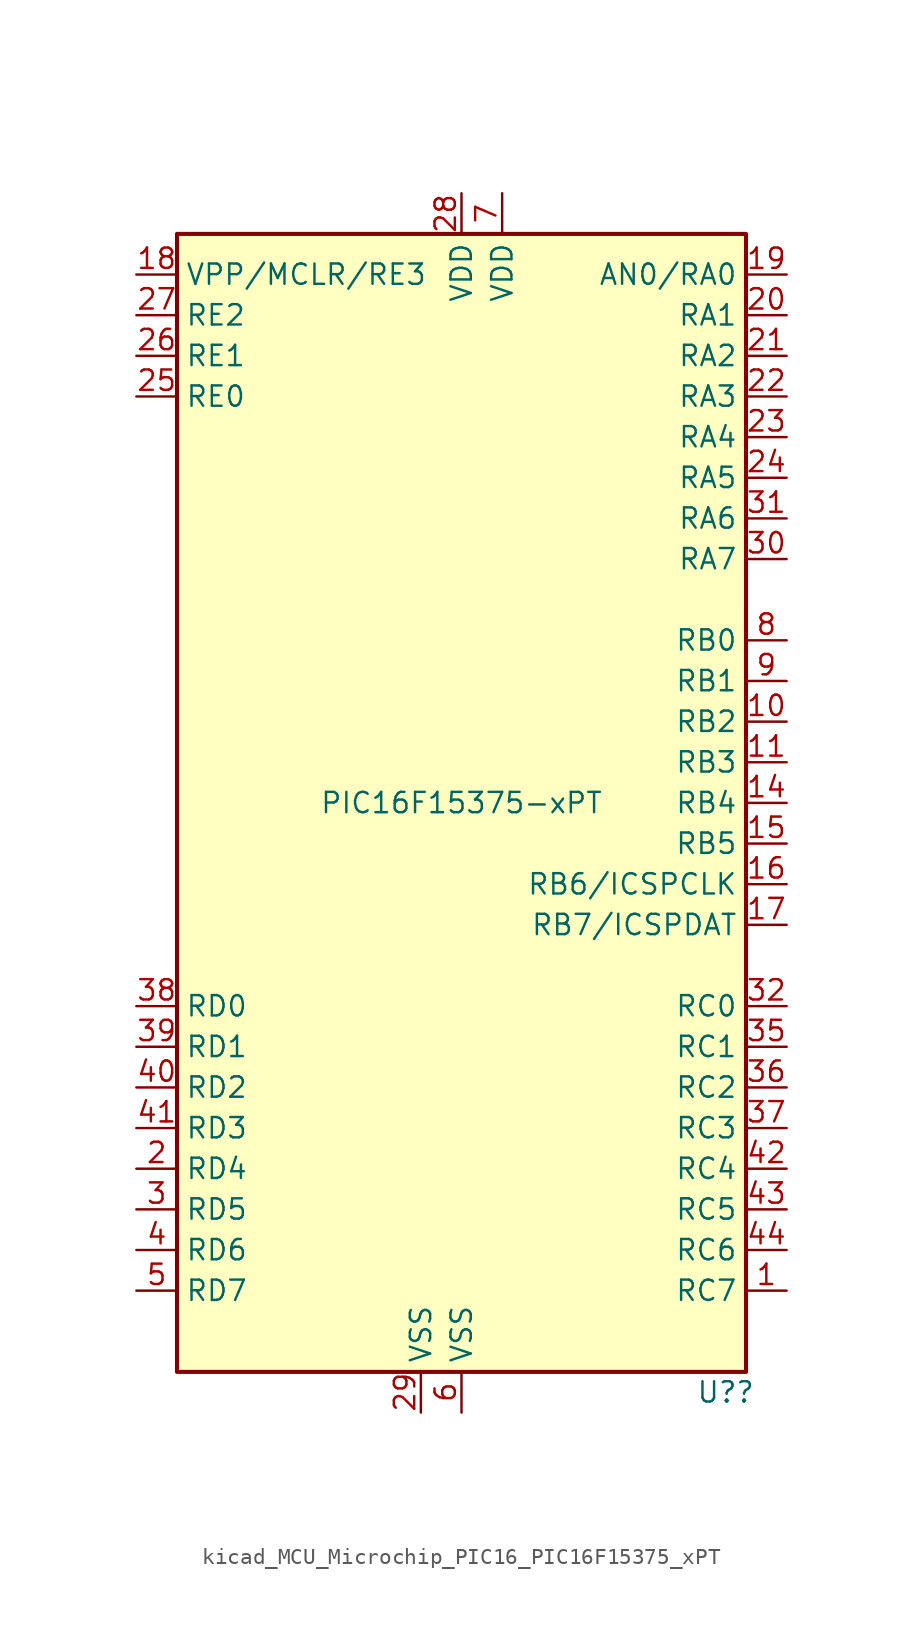
<source format=kicad_sym>
(kicad_symbol_lib
  (version 20220914)
  (generator kicad_symbol_editor)
  (symbol "kicad_MCU_Microchip_PIC16_PIC16F15375_xPT"
    (property "Reference" "U?"
      (at 16.51 -36.83 0)
      (effects (font (size 1.27 1.27))))
    (property "Value" "PIC16F15375-xPT"
      (at 0 0 0)
      (effects (font (size 1.27 1.27))))
    (symbol "kicad_MCU_Microchip_PIC16_PIC16F15375_xPT_0_0"
      (pin no_connect line (at -17.78 5.08 0) (length 2.54) hide (name "NC" (effects (font (size 1.27 1.27)))) (number "12" (effects (font (size 1.27 1.27)))))
      (pin no_connect line (at -17.78 0 0) (length 2.54) hide (name "NC" (effects (font (size 1.27 1.27)))) (number "13" (effects (font (size 1.27 1.27)))))
      (pin no_connect line (at -17.78 2.54 0) (length 2.54) hide (name "NC" (effects (font (size 1.27 1.27)))) (number "33" (effects (font (size 1.27 1.27)))))
      (pin no_connect line (at -17.78 7.62 0) (length 2.54) hide (name "NC" (effects (font (size 1.27 1.27)))) (number "34" (effects (font (size 1.27 1.27))))))
    (symbol "kicad_MCU_Microchip_PIC16_PIC16F15375_xPT_0_1"
      (rectangle (start -17.78 35.56) (end 17.78 -35.56) (stroke (width 0.254) (type default)) (fill (type background))))
    (symbol "kicad_MCU_Microchip_PIC16_PIC16F15375_xPT_1_1"
      (pin bidirectional line (at 20.32 -30.48 180) (length 2.54) (name "RC7" (effects (font (size 1.27 1.27)))) (number "1" (effects (font (size 1.27 1.27)))))
      (pin bidirectional line (at 20.32 5.08 180) (length 2.54) (name "RB2" (effects (font (size 1.27 1.27)))) (number "10" (effects (font (size 1.27 1.27)))))
      (pin bidirectional line (at 20.32 2.54 180) (length 2.54) (name "RB3" (effects (font (size 1.27 1.27)))) (number "11" (effects (font (size 1.27 1.27)))))
      (pin bidirectional line (at 20.32 0 180) (length 2.54) (name "RB4" (effects (font (size 1.27 1.27)))) (number "14" (effects (font (size 1.27 1.27)))))
      (pin bidirectional line (at 20.32 -2.54 180) (length 2.54) (name "RB5" (effects (font (size 1.27 1.27)))) (number "15" (effects (font (size 1.27 1.27)))))
      (pin bidirectional line (at 20.32 -5.08 180) (length 2.54) (name "RB6/ICSPCLK" (effects (font (size 1.27 1.27)))) (number "16" (effects (font (size 1.27 1.27)))))
      (pin bidirectional line (at 20.32 -7.62 180) (length 2.54) (name "RB7/ICSPDAT" (effects (font (size 1.27 1.27)))) (number "17" (effects (font (size 1.27 1.27)))))
      (pin bidirectional line (at -20.32 33.02 0) (length 2.54) (name "VPP/MCLR/RE3" (effects (font (size 1.27 1.27)))) (number "18" (effects (font (size 1.27 1.27)))))
      (pin bidirectional line (at 20.32 33.02 180) (length 2.54) (name "AN0/RA0" (effects (font (size 1.27 1.27)))) (number "19" (effects (font (size 1.27 1.27)))))
      (pin bidirectional line (at -20.32 -22.86 0) (length 2.54) (name "RD4" (effects (font (size 1.27 1.27)))) (number "2" (effects (font (size 1.27 1.27)))))
      (pin bidirectional line (at 20.32 30.48 180) (length 2.54) (name "RA1" (effects (font (size 1.27 1.27)))) (number "20" (effects (font (size 1.27 1.27)))))
      (pin bidirectional line (at 20.32 27.94 180) (length 2.54) (name "RA2" (effects (font (size 1.27 1.27)))) (number "21" (effects (font (size 1.27 1.27)))))
      (pin bidirectional line (at 20.32 25.4 180) (length 2.54) (name "RA3" (effects (font (size 1.27 1.27)))) (number "22" (effects (font (size 1.27 1.27)))))
      (pin bidirectional line (at 20.32 22.86 180) (length 2.54) (name "RA4" (effects (font (size 1.27 1.27)))) (number "23" (effects (font (size 1.27 1.27)))))
      (pin bidirectional line (at 20.32 20.32 180) (length 2.54) (name "RA5" (effects (font (size 1.27 1.27)))) (number "24" (effects (font (size 1.27 1.27)))))
      (pin bidirectional line (at -20.32 25.4 0) (length 2.54) (name "RE0" (effects (font (size 1.27 1.27)))) (number "25" (effects (font (size 1.27 1.27)))))
      (pin bidirectional line (at -20.32 27.94 0) (length 2.54) (name "RE1" (effects (font (size 1.27 1.27)))) (number "26" (effects (font (size 1.27 1.27)))))
      (pin bidirectional line (at -20.32 30.48 0) (length 2.54) (name "RE2" (effects (font (size 1.27 1.27)))) (number "27" (effects (font (size 1.27 1.27)))))
      (pin power_in line (at 0 38.1 270) (length 2.54) (name "VDD" (effects (font (size 1.27 1.27)))) (number "28" (effects (font (size 1.27 1.27)))))
      (pin power_in line (at -2.54 -38.1 90) (length 2.54) (name "VSS" (effects (font (size 1.27 1.27)))) (number "29" (effects (font (size 1.27 1.27)))))
      (pin bidirectional line (at -20.32 -25.4 0) (length 2.54) (name "RD5" (effects (font (size 1.27 1.27)))) (number "3" (effects (font (size 1.27 1.27)))))
      (pin bidirectional line (at 20.32 15.24 180) (length 2.54) (name "RA7" (effects (font (size 1.27 1.27)))) (number "30" (effects (font (size 1.27 1.27)))))
      (pin bidirectional line (at 20.32 17.78 180) (length 2.54) (name "RA6" (effects (font (size 1.27 1.27)))) (number "31" (effects (font (size 1.27 1.27)))))
      (pin bidirectional line (at 20.32 -12.7 180) (length 2.54) (name "RC0" (effects (font (size 1.27 1.27)))) (number "32" (effects (font (size 1.27 1.27)))))
      (pin bidirectional line (at 20.32 -15.24 180) (length 2.54) (name "RC1" (effects (font (size 1.27 1.27)))) (number "35" (effects (font (size 1.27 1.27)))))
      (pin bidirectional line (at 20.32 -17.78 180) (length 2.54) (name "RC2" (effects (font (size 1.27 1.27)))) (number "36" (effects (font (size 1.27 1.27)))))
      (pin bidirectional line (at 20.32 -20.32 180) (length 2.54) (name "RC3" (effects (font (size 1.27 1.27)))) (number "37" (effects (font (size 1.27 1.27)))))
      (pin bidirectional line (at -20.32 -12.7 0) (length 2.54) (name "RD0" (effects (font (size 1.27 1.27)))) (number "38" (effects (font (size 1.27 1.27)))))
      (pin bidirectional line (at -20.32 -15.24 0) (length 2.54) (name "RD1" (effects (font (size 1.27 1.27)))) (number "39" (effects (font (size 1.27 1.27)))))
      (pin bidirectional line (at -20.32 -27.94 0) (length 2.54) (name "RD6" (effects (font (size 1.27 1.27)))) (number "4" (effects (font (size 1.27 1.27)))))
      (pin bidirectional line (at -20.32 -17.78 0) (length 2.54) (name "RD2" (effects (font (size 1.27 1.27)))) (number "40" (effects (font (size 1.27 1.27)))))
      (pin bidirectional line (at -20.32 -20.32 0) (length 2.54) (name "RD3" (effects (font (size 1.27 1.27)))) (number "41" (effects (font (size 1.27 1.27)))))
      (pin bidirectional line (at 20.32 -22.86 180) (length 2.54) (name "RC4" (effects (font (size 1.27 1.27)))) (number "42" (effects (font (size 1.27 1.27)))))
      (pin bidirectional line (at 20.32 -25.4 180) (length 2.54) (name "RC5" (effects (font (size 1.27 1.27)))) (number "43" (effects (font (size 1.27 1.27)))))
      (pin bidirectional line (at 20.32 -27.94 180) (length 2.54) (name "RC6" (effects (font (size 1.27 1.27)))) (number "44" (effects (font (size 1.27 1.27)))))
      (pin bidirectional line (at -20.32 -30.48 0) (length 2.54) (name "RD7" (effects (font (size 1.27 1.27)))) (number "5" (effects (font (size 1.27 1.27)))))
      (pin power_in line (at 0 -38.1 90) (length 2.54) (name "VSS" (effects (font (size 1.27 1.27)))) (number "6" (effects (font (size 1.27 1.27)))))
      (pin power_in line (at 2.54 38.1 270) (length 2.54) (name "VDD" (effects (font (size 1.27 1.27)))) (number "7" (effects (font (size 1.27 1.27)))))
      (pin bidirectional line (at 20.32 10.16 180) (length 2.54) (name "RB0" (effects (font (size 1.27 1.27)))) (number "8" (effects (font (size 1.27 1.27)))))
      (pin bidirectional line (at 20.32 7.62 180) (length 2.54) (name "RB1" (effects (font (size 1.27 1.27)))) (number "9" (effects (font (size 1.27 1.27))))))))
</source>
